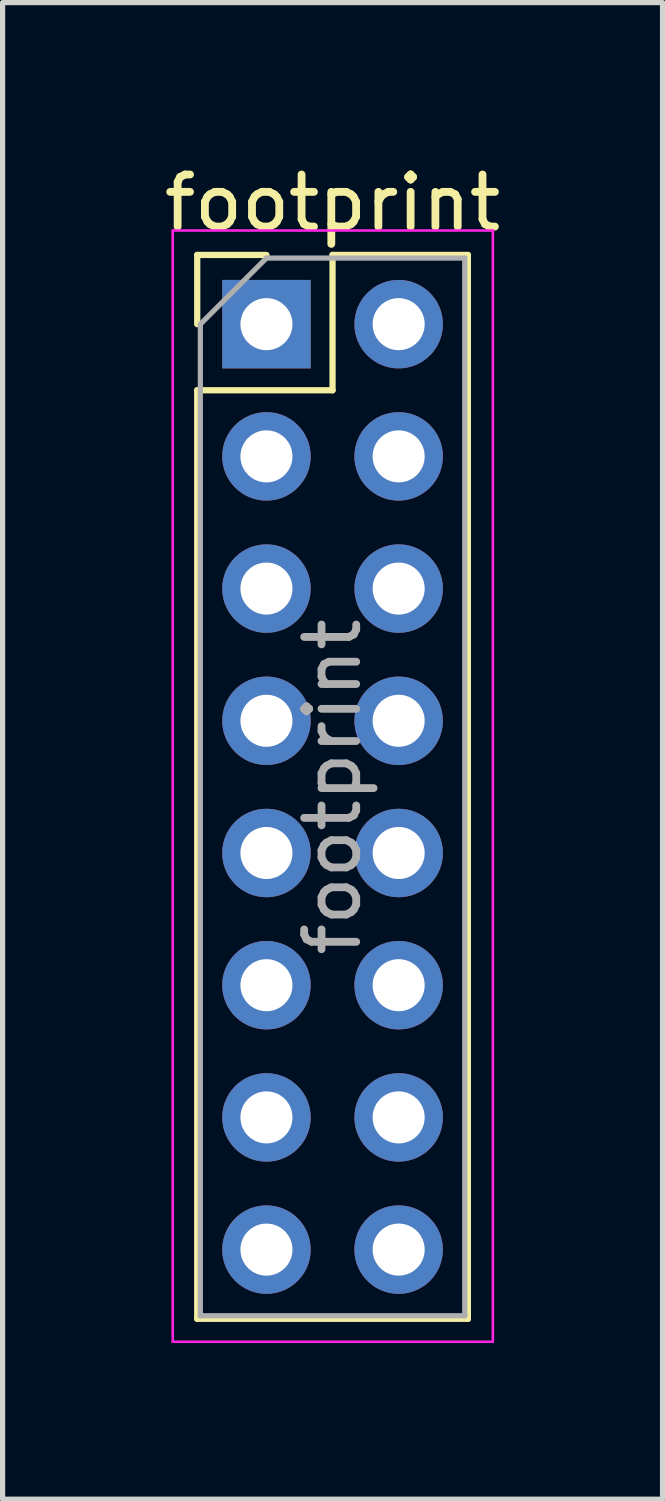
<source format=kicad_pcb>
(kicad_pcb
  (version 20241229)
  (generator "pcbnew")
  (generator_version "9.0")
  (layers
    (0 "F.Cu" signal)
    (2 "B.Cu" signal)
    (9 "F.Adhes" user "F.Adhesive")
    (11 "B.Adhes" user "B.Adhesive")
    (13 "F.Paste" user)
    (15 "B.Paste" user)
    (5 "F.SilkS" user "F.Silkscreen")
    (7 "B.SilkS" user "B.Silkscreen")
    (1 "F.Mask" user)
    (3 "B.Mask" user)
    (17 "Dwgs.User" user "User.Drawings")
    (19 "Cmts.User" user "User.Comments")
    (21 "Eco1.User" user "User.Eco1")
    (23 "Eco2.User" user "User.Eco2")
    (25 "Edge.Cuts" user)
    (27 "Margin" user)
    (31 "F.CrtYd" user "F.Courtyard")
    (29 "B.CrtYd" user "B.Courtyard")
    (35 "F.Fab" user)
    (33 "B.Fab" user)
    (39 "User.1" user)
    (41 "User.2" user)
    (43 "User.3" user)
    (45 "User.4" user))
  (footprint "footprint"
    (layer "F.Cu")
    (at 2.069 3.178)
    (property "Reference" "footprint" (at 1.27 -2.33 0) (layer "F.SilkS") (effects (font (size 1 1) (thickness 0.15))))
    (attr through_hole)
    (fp_line (start -1.33 -1.33) (end 0 -1.33) (stroke (width 0.12) (type solid)) (layer "F.SilkS"))
    (fp_line (start -1.33 0) (end -1.33 -1.33) (stroke (width 0.12) (type solid)) (layer "F.SilkS"))
    (fp_line (start -1.33 1.27) (end -1.33 19.11) (stroke (width 0.12) (type solid)) (layer "F.SilkS"))
    (fp_line (start -1.33 1.27) (end 1.27 1.27) (stroke (width 0.12) (type solid)) (layer "F.SilkS"))
    (fp_line (start -1.33 19.11) (end 3.87 19.11) (stroke (width 0.12) (type solid)) (layer "F.SilkS"))
    (fp_line (start 1.27 -1.33) (end 3.87 -1.33) (stroke (width 0.12) (type solid)) (layer "F.SilkS"))
    (fp_line (start 1.27 1.27) (end 1.27 -1.33) (stroke (width 0.12) (type solid)) (layer "F.SilkS"))
    (fp_line (start 3.87 -1.33) (end 3.87 19.11) (stroke (width 0.12) (type solid)) (layer "F.SilkS"))
    (fp_line (start -1.8 -1.8) (end -1.8 19.55) (stroke (width 0.05) (type solid)) (layer "F.CrtYd"))
    (fp_line (start -1.8 19.55) (end 4.35 19.55) (stroke (width 0.05) (type solid)) (layer "F.CrtYd"))
    (fp_line (start 4.35 -1.8) (end -1.8 -1.8) (stroke (width 0.05) (type solid)) (layer "F.CrtYd"))
    (fp_line (start 4.35 19.55) (end 4.35 -1.8) (stroke (width 0.05) (type solid)) (layer "F.CrtYd"))
    (fp_line (start -1.27 0) (end 0 -1.27) (stroke (width 0.1) (type solid)) (layer "F.Fab"))
    (fp_line (start -1.27 19.05) (end -1.27 0) (stroke (width 0.1) (type solid)) (layer "F.Fab"))
    (fp_line (start 0 -1.27) (end 3.81 -1.27) (stroke (width 0.1) (type solid)) (layer "F.Fab"))
    (fp_line (start 3.81 -1.27) (end 3.81 19.05) (stroke (width 0.1) (type solid)) (layer "F.Fab"))
    (fp_line (start 3.81 19.05) (end -1.27 19.05) (stroke (width 0.1) (type solid)) (layer "F.Fab"))
    (fp_text user "${REFERENCE}" (at 1.27 8.89 90) (layer "F.Fab") (effects (font (size 1 1) (thickness 0.15))))
    (pad "1" thru_hole rect (at 0 0) (size 1.7 1.7) (drill 1) (layers "*.Cu" "*.Mask"))
    (pad "2" thru_hole oval (at 2.54 0) (size 1.7 1.7) (drill 1) (layers "*.Cu" "*.Mask"))
    (pad "3" thru_hole oval (at 0 2.54) (size 1.7 1.7) (drill 1) (layers "*.Cu" "*.Mask"))
    (pad "4" thru_hole oval (at 2.54 2.54) (size 1.7 1.7) (drill 1) (layers "*.Cu" "*.Mask"))
    (pad "5" thru_hole oval (at 0 5.08) (size 1.7 1.7) (drill 1) (layers "*.Cu" "*.Mask"))
    (pad "6" thru_hole oval (at 2.54 5.08) (size 1.7 1.7) (drill 1) (layers "*.Cu" "*.Mask"))
    (pad "7" thru_hole oval (at 0 7.62) (size 1.7 1.7) (drill 1) (layers "*.Cu" "*.Mask"))
    (pad "8" thru_hole oval (at 2.54 7.62) (size 1.7 1.7) (drill 1) (layers "*.Cu" "*.Mask"))
    (pad "9" thru_hole oval (at 0 10.16) (size 1.7 1.7) (drill 1) (layers "*.Cu" "*.Mask"))
    (pad "10" thru_hole oval (at 2.54 10.16) (size 1.7 1.7) (drill 1) (layers "*.Cu" "*.Mask"))
    (pad "11" thru_hole oval (at 0 12.7) (size 1.7 1.7) (drill 1) (layers "*.Cu" "*.Mask"))
    (pad "12" thru_hole oval (at 2.54 12.7) (size 1.7 1.7) (drill 1) (layers "*.Cu" "*.Mask"))
    (pad "13" thru_hole oval (at 0 15.24) (size 1.7 1.7) (drill 1) (layers "*.Cu" "*.Mask"))
    (pad "14" thru_hole oval (at 2.54 15.24) (size 1.7 1.7) (drill 1) (layers "*.Cu" "*.Mask"))
    (pad "15" thru_hole oval (at 0 17.78) (size 1.7 1.7) (drill 1) (layers "*.Cu" "*.Mask"))
    (pad "16" thru_hole oval (at 2.54 17.78) (size 1.7 1.7) (drill 1) (layers "*.Cu" "*.Mask")))
  (gr_rect
    (start -3 -3)
    (end 9.679 25.753)
    (stroke (width 0.1) (type default))
    (fill no)
    (layer "Edge.Cuts")))
</source>
